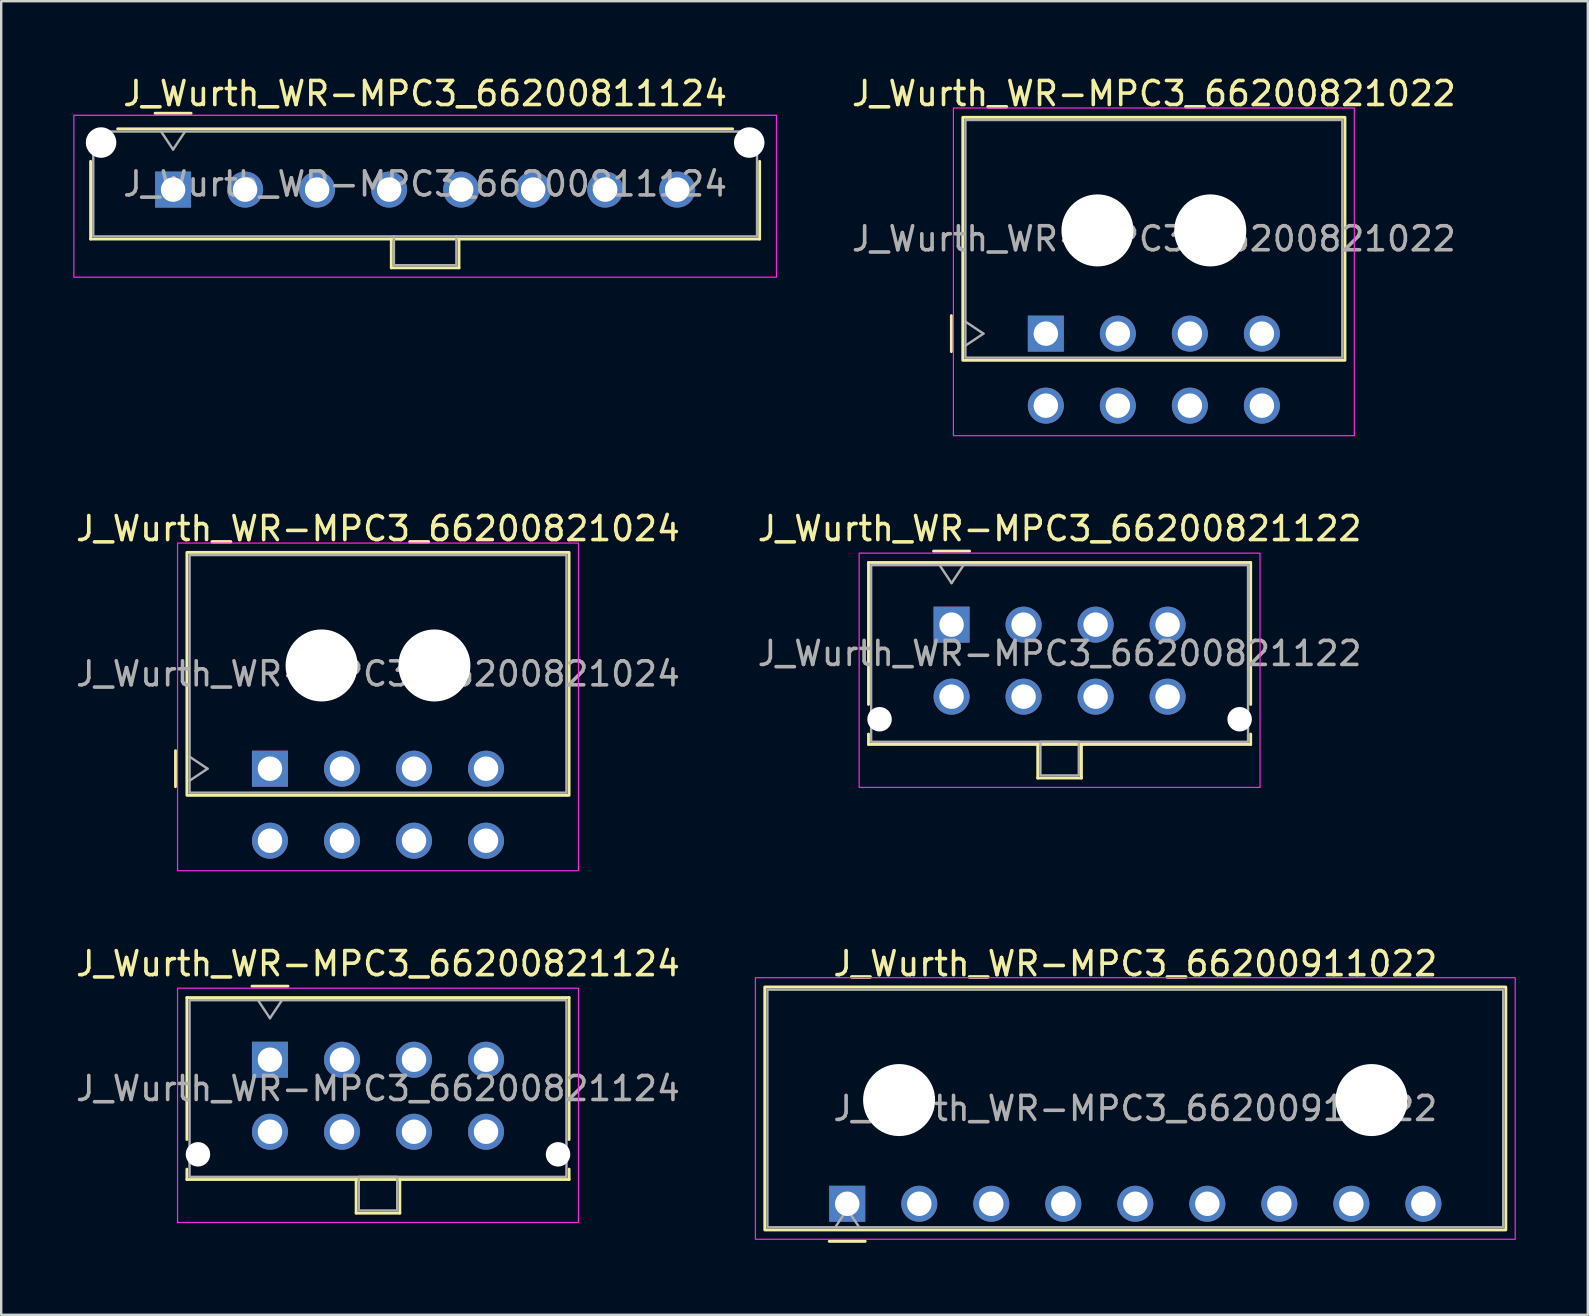
<source format=kicad_pcb>
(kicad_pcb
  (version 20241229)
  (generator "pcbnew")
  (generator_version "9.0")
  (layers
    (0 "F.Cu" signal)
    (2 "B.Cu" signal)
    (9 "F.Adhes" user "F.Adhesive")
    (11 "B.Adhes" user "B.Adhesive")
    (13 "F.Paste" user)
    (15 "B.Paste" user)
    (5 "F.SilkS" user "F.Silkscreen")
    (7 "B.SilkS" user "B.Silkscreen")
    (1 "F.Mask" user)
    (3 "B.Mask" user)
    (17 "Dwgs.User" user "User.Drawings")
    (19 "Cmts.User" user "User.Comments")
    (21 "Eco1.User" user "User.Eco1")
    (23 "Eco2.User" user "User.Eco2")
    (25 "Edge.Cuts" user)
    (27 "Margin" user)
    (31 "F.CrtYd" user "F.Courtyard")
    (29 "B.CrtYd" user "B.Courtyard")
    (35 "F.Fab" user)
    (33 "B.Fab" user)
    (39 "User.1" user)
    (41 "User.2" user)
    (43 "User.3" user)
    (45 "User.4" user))
  (footprint "J_Wurth_WR-MPC3_66200821122"
    (layer "F.Cu")
    (at 36.589 22.971)
    (property "Reference" "J_Wurth_WR-MPC3_66200821122" (at 4.5 -4 0) (unlocked yes) (layer "F.SilkS") (effects (font (size 1 1) (thickness 0.15))))
    (attr through_hole)
    (fp_line (start -3.46 -2.59) (end -3.46 3.323) (stroke (width 0.12) (type default)) (layer "F.SilkS"))
    (fp_line (start -3.46 -2.59) (end 12.46 -2.59) (stroke (width 0.12) (type default)) (layer "F.SilkS"))
    (fp_line (start -3.46 4.99) (end -3.46 4.557) (stroke (width 0.12) (type default)) (layer "F.SilkS"))
    (fp_line (start -0.75 -3.065) (end 0.75 -3.065) (stroke (width 0.12) (type solid)) (layer "F.SilkS"))
    (fp_line (start 3.59 6.39) (end 3.59 4.99) (stroke (width 0.12) (type default)) (layer "F.SilkS"))
    (fp_line (start 5.41 4.99) (end 5.41 6.39) (stroke (width 0.12) (type default)) (layer "F.SilkS"))
    (fp_line (start 5.41 6.39) (end 3.59 6.39) (stroke (width 0.12) (type default)) (layer "F.SilkS"))
    (fp_line (start 12.46 -2.59) (end 12.46 3.323) (stroke (width 0.12) (type default)) (layer "F.SilkS"))
    (fp_line (start 12.46 4.99) (end -3.46 4.99) (stroke (width 0.12) (type default)) (layer "F.SilkS"))
    (fp_line (start 12.46 4.99) (end 12.46 4.557) (stroke (width 0.12) (type default)) (layer "F.SilkS"))
    (fp_rect (start -3.85 -2.98) (end 12.85 6.78) (stroke (width 0.05) (type solid)) (fill no) (layer "F.CrtYd"))
    (fp_line (start 0 -1.73) (end -0.5 -2.48) (stroke (width 0.1) (type solid)) (layer "F.Fab"))
    (fp_line (start 0 -1.73) (end 0.5 -2.48) (stroke (width 0.1) (type solid)) (layer "F.Fab"))
    (fp_rect (start -3.35 -2.48) (end 12.35 4.88) (stroke (width 0.1) (type solid)) (fill no) (layer "F.Fab"))
    (fp_rect (start 3.7 4.88) (end 5.3 6.28) (stroke (width 0.1) (type solid)) (fill no) (layer "F.Fab"))
    (fp_text user "${REFERENCE}" (at 4.5 1.2 0) (unlocked yes) (layer "F.Fab") (effects (font (size 1 1) (thickness 0.15))))
    (pad "" np_thru_hole circle (at -3 3.94 180) (size 1.02 1.02) (drill 1.02) (layers "*.Cu" "*.Mask"))
    (pad "" np_thru_hole circle (at 12 3.94 180) (size 1.02 1.02) (drill 1.02) (layers "*.Cu" "*.Mask"))
    (pad "1" thru_hole rect (at 0 0 180) (size 1.5 1.5) (drill 1.02) (layers "*.Cu" "*.Mask"))
    (pad "2" thru_hole circle (at 3 0 180) (size 1.5 1.5) (drill 1.02) (layers "*.Cu" "*.Mask"))
    (pad "3" thru_hole circle (at 6 0 180) (size 1.5 1.5) (drill 1.02) (layers "*.Cu" "*.Mask"))
    (pad "4" thru_hole circle (at 9 0 180) (size 1.5 1.5) (drill 1.02) (layers "*.Cu" "*.Mask"))
    (pad "5" thru_hole circle (at 0 3 180) (size 1.5 1.5) (drill 1.02) (layers "*.Cu" "*.Mask"))
    (pad "6" thru_hole circle (at 3 3 180) (size 1.5 1.5) (drill 1.02) (layers "*.Cu" "*.Mask"))
    (pad "7" thru_hole circle (at 6 3 180) (size 1.5 1.5) (drill 1.02) (layers "*.Cu" "*.Mask"))
    (pad "8" thru_hole circle (at 9 3 180) (size 1.5 1.5) (drill 1.02) (layers "*.Cu" "*.Mask")))
  (footprint "J_Wurth_WR-MPC3_66200821022"
    (layer "F.Cu")
    (at 40.516 10.848)
    (property "Reference" "J_Wurth_WR-MPC3_66200821022" (at 4.5 -10 0) (unlocked yes) (layer "F.SilkS") (effects (font (size 1 1) (thickness 0.15))))
    (attr through_hole)
    (fp_line (start -3.935 -0.75) (end -3.935 0.75) (stroke (width 0.12) (type solid)) (layer "F.SilkS"))
    (fp_rect (start -3.46 -9.01) (end 12.46 1.11) (stroke (width 0.12) (type solid)) (fill no) (layer "F.SilkS"))
    (fp_rect (start -3.85 -9.4) (end 12.85 4.25) (stroke (width 0.05) (type solid)) (fill no) (layer "F.CrtYd"))
    (fp_line (start -2.6 0) (end -3.35 -0.5) (stroke (width 0.1) (type solid)) (layer "F.Fab"))
    (fp_line (start -2.6 0) (end -3.35 0.5) (stroke (width 0.1) (type solid)) (layer "F.Fab"))
    (fp_rect (start -3.35 -8.9) (end 12.35 1) (stroke (width 0.1) (type solid)) (fill no) (layer "F.Fab"))
    (fp_text user "${REFERENCE}" (at 4.5 -3.95 0) (unlocked yes) (layer "F.Fab") (effects (font (size 1 1) (thickness 0.15))))
    (pad "" np_thru_hole circle (at 2.15 -4.3 180) (size 3 3) (drill 3) (layers "*.Cu" "*.Mask"))
    (pad "" np_thru_hole circle (at 6.85 -4.3 180) (size 3 3) (drill 3) (layers "*.Cu" "*.Mask"))
    (pad "1" thru_hole rect (at 0 0 180) (size 1.5 1.5) (drill 1.02) (layers "*.Cu" "*.Mask"))
    (pad "2" thru_hole circle (at 3 0 180) (size 1.5 1.5) (drill 1.02) (layers "*.Cu" "*.Mask"))
    (pad "3" thru_hole circle (at 6 0 180) (size 1.5 1.5) (drill 1.02) (layers "*.Cu" "*.Mask"))
    (pad "4" thru_hole circle (at 9 0 180) (size 1.5 1.5) (drill 1.02) (layers "*.Cu" "*.Mask"))
    (pad "5" thru_hole circle (at 0 3 180) (size 1.5 1.5) (drill 1.02) (layers "*.Cu" "*.Mask"))
    (pad "6" thru_hole circle (at 3 3 180) (size 1.5 1.5) (drill 1.02) (layers "*.Cu" "*.Mask"))
    (pad "7" thru_hole circle (at 6 3 180) (size 1.5 1.5) (drill 1.02) (layers "*.Cu" "*.Mask"))
    (pad "8" thru_hole circle (at 9 3 180) (size 1.5 1.5) (drill 1.02) (layers "*.Cu" "*.Mask")))
  (footprint "J_Wurth_WR-MPC3_66200911022"
    (layer "F.Cu")
    (at 32.243 47.095)
    (property "Reference" "J_Wurth_WR-MPC3_66200911022" (at 12 -10 0) (unlocked yes) (layer "F.SilkS") (effects (font (size 1 1) (thickness 0.15))))
    (attr through_hole)
    (fp_line (start -0.75 1.565) (end 0.75 1.565) (stroke (width 0.12) (type solid)) (layer "F.SilkS"))
    (fp_rect (start -3.435 -9.03) (end 27.435 1.09) (stroke (width 0.12) (type solid)) (fill no) (layer "F.SilkS"))
    (fp_rect (start -3.825 -9.42) (end 27.825 1.48) (stroke (width 0.05) (type solid)) (fill no) (layer "F.CrtYd"))
    (fp_line (start 0 0.23) (end -0.5 0.98) (stroke (width 0.1) (type solid)) (layer "F.Fab"))
    (fp_line (start 0 0.23) (end 0.5 0.98) (stroke (width 0.1) (type solid)) (layer "F.Fab"))
    (fp_rect (start -3.325 -8.92) (end 27.325 0.98) (stroke (width 0.1) (type solid)) (fill no) (layer "F.Fab"))
    (fp_text user "${REFERENCE}" (at 12 -3.97 0) (unlocked yes) (layer "F.Fab") (effects (font (size 1 1) (thickness 0.15))))
    (pad "" np_thru_hole circle (at 2.16 -4.32 180) (size 3 3) (drill 3) (layers "*.Cu" "*.Mask"))
    (pad "" np_thru_hole circle (at 21.84 -4.32 180) (size 3 3) (drill 3) (layers "*.Cu" "*.Mask"))
    (pad "1" thru_hole rect (at 0 0 180) (size 1.5 1.5) (drill 1.02) (layers "*.Cu" "*.Mask"))
    (pad "2" thru_hole circle (at 3 0 180) (size 1.5 1.5) (drill 1.02) (layers "*.Cu" "*.Mask"))
    (pad "3" thru_hole circle (at 6 0 180) (size 1.5 1.5) (drill 1.02) (layers "*.Cu" "*.Mask"))
    (pad "4" thru_hole circle (at 9 0 180) (size 1.5 1.5) (drill 1.02) (layers "*.Cu" "*.Mask"))
    (pad "5" thru_hole circle (at 12 0 180) (size 1.5 1.5) (drill 1.02) (layers "*.Cu" "*.Mask"))
    (pad "6" thru_hole circle (at 15 0 180) (size 1.5 1.5) (drill 1.02) (layers "*.Cu" "*.Mask"))
    (pad "7" thru_hole circle (at 18 0 180) (size 1.5 1.5) (drill 1.02) (layers "*.Cu" "*.Mask"))
    (pad "8" thru_hole circle (at 21 0 180) (size 1.5 1.5) (drill 1.02) (layers "*.Cu" "*.Mask"))
    (pad "9" thru_hole circle (at 24 0 180) (size 1.5 1.5) (drill 1.02) (layers "*.Cu" "*.Mask")))
  (footprint "J_Wurth_WR-MPC3_66200821024"
    (layer "F.Cu")
    (at 8.196 28.971)
    (property "Reference" "J_Wurth_WR-MPC3_66200821024" (at 4.5 -10 0) (unlocked yes) (layer "F.SilkS") (effects (font (size 1 1) (thickness 0.15))))
    (attr through_hole)
    (fp_line (start -3.935 -0.75) (end -3.935 0.75) (stroke (width 0.12) (type solid)) (layer "F.SilkS"))
    (fp_rect (start -3.46 -9.01) (end 12.46 1.11) (stroke (width 0.12) (type solid)) (fill no) (layer "F.SilkS"))
    (fp_rect (start -3.85 -9.4) (end 12.85 4.25) (stroke (width 0.05) (type solid)) (fill no) (layer "F.CrtYd"))
    (fp_line (start -2.6 0) (end -3.35 -0.5) (stroke (width 0.1) (type solid)) (layer "F.Fab"))
    (fp_line (start -2.6 0) (end -3.35 0.5) (stroke (width 0.1) (type solid)) (layer "F.Fab"))
    (fp_rect (start -3.35 -8.9) (end 12.35 1) (stroke (width 0.1) (type solid)) (fill no) (layer "F.Fab"))
    (fp_text user "${REFERENCE}" (at 4.5 -3.95 0) (unlocked yes) (layer "F.Fab") (effects (font (size 1 1) (thickness 0.15))))
    (pad "" np_thru_hole circle (at 2.15 -4.3 180) (size 3 3) (drill 3) (layers "*.Cu" "*.Mask"))
    (pad "" np_thru_hole circle (at 6.85 -4.3 180) (size 3 3) (drill 3) (layers "*.Cu" "*.Mask"))
    (pad "1" thru_hole rect (at 0 0 180) (size 1.5 1.5) (drill 1.02) (layers "*.Cu" "*.Mask"))
    (pad "2" thru_hole circle (at 3 0 180) (size 1.5 1.5) (drill 1.02) (layers "*.Cu" "*.Mask"))
    (pad "3" thru_hole circle (at 6 0 180) (size 1.5 1.5) (drill 1.02) (layers "*.Cu" "*.Mask"))
    (pad "4" thru_hole circle (at 9 0 180) (size 1.5 1.5) (drill 1.02) (layers "*.Cu" "*.Mask"))
    (pad "5" thru_hole circle (at 0 3 180) (size 1.5 1.5) (drill 1.02) (layers "*.Cu" "*.Mask"))
    (pad "6" thru_hole circle (at 3 3 180) (size 1.5 1.5) (drill 1.02) (layers "*.Cu" "*.Mask"))
    (pad "7" thru_hole circle (at 6 3 180) (size 1.5 1.5) (drill 1.02) (layers "*.Cu" "*.Mask"))
    (pad "8" thru_hole circle (at 9 3 180) (size 1.5 1.5) (drill 1.02) (layers "*.Cu" "*.Mask")))
  (footprint "J_Wurth_WR-MPC3_66200821124"
    (layer "F.Cu")
    (at 8.196 41.095)
    (property "Reference" "J_Wurth_WR-MPC3_66200821124" (at 4.5 -4 0) (unlocked yes) (layer "F.SilkS") (effects (font (size 1 1) (thickness 0.15))))
    (attr through_hole)
    (fp_line (start -3.46 -2.59) (end -3.46 3.323) (stroke (width 0.12) (type default)) (layer "F.SilkS"))
    (fp_line (start -3.46 -2.59) (end 12.46 -2.59) (stroke (width 0.12) (type default)) (layer "F.SilkS"))
    (fp_line (start -3.46 4.99) (end -3.46 4.557) (stroke (width 0.12) (type default)) (layer "F.SilkS"))
    (fp_line (start -0.75 -3.065) (end 0.75 -3.065) (stroke (width 0.12) (type solid)) (layer "F.SilkS"))
    (fp_line (start 3.59 6.39) (end 3.59 4.99) (stroke (width 0.12) (type default)) (layer "F.SilkS"))
    (fp_line (start 5.41 4.99) (end 5.41 6.39) (stroke (width 0.12) (type default)) (layer "F.SilkS"))
    (fp_line (start 5.41 6.39) (end 3.59 6.39) (stroke (width 0.12) (type default)) (layer "F.SilkS"))
    (fp_line (start 12.46 -2.59) (end 12.46 3.323) (stroke (width 0.12) (type default)) (layer "F.SilkS"))
    (fp_line (start 12.46 4.99) (end -3.46 4.99) (stroke (width 0.12) (type default)) (layer "F.SilkS"))
    (fp_line (start 12.46 4.99) (end 12.46 4.557) (stroke (width 0.12) (type default)) (layer "F.SilkS"))
    (fp_rect (start -3.85 -2.98) (end 12.85 6.78) (stroke (width 0.05) (type solid)) (fill no) (layer "F.CrtYd"))
    (fp_line (start 0 -1.73) (end -0.5 -2.48) (stroke (width 0.1) (type solid)) (layer "F.Fab"))
    (fp_line (start 0 -1.73) (end 0.5 -2.48) (stroke (width 0.1) (type solid)) (layer "F.Fab"))
    (fp_rect (start -3.35 -2.48) (end 12.35 4.88) (stroke (width 0.1) (type solid)) (fill no) (layer "F.Fab"))
    (fp_rect (start 3.7 4.88) (end 5.3 6.28) (stroke (width 0.1) (type solid)) (fill no) (layer "F.Fab"))
    (fp_text user "${REFERENCE}" (at 4.5 1.2 0) (unlocked yes) (layer "F.Fab") (effects (font (size 1 1) (thickness 0.15))))
    (pad "" np_thru_hole circle (at -3 3.94 180) (size 1.02 1.02) (drill 1.02) (layers "*.Cu" "*.Mask"))
    (pad "" np_thru_hole circle (at 12 3.94 180) (size 1.02 1.02) (drill 1.02) (layers "*.Cu" "*.Mask"))
    (pad "1" thru_hole rect (at 0 0 180) (size 1.5 1.5) (drill 1.02) (layers "*.Cu" "*.Mask"))
    (pad "2" thru_hole circle (at 3 0 180) (size 1.5 1.5) (drill 1.02) (layers "*.Cu" "*.Mask"))
    (pad "3" thru_hole circle (at 6 0 180) (size 1.5 1.5) (drill 1.02) (layers "*.Cu" "*.Mask"))
    (pad "4" thru_hole circle (at 9 0 180) (size 1.5 1.5) (drill 1.02) (layers "*.Cu" "*.Mask"))
    (pad "5" thru_hole circle (at 0 3 180) (size 1.5 1.5) (drill 1.02) (layers "*.Cu" "*.Mask"))
    (pad "6" thru_hole circle (at 3 3 180) (size 1.5 1.5) (drill 1.02) (layers "*.Cu" "*.Mask"))
    (pad "7" thru_hole circle (at 6 3 180) (size 1.5 1.5) (drill 1.02) (layers "*.Cu" "*.Mask"))
    (pad "8" thru_hole circle (at 9 3 180) (size 1.5 1.5) (drill 1.02) (layers "*.Cu" "*.Mask")))
  (footprint "J_Wurth_WR-MPC3_66200811124"
    (layer "F.Cu")
    (at 4.16 4.848)
    (property "Reference" "J_Wurth_WR-MPC3_66200811124" (at 10.5 -4 0) (unlocked yes) (layer "F.SilkS") (effects (font (size 1 1) (thickness 0.15))))
    (attr through_hole)
    (fp_line (start -3.435 2.06) (end -3.435 -1.178) (stroke (width 0.12) (type default)) (layer "F.SilkS"))
    (fp_line (start -2.31 -2.53) (end 23.31 -2.53) (stroke (width 0.12) (type solid)) (layer "F.SilkS"))
    (fp_line (start -0.75 -3.18) (end 0.75 -3.18) (stroke (width 0.12) (type solid)) (layer "F.SilkS"))
    (fp_line (start 9.09 2.06) (end 9.09 3.26) (stroke (width 0.12) (type default)) (layer "F.SilkS"))
    (fp_line (start 9.09 3.26) (end 11.91 3.26) (stroke (width 0.12) (type default)) (layer "F.SilkS"))
    (fp_line (start 11.91 3.26) (end 11.91 2.06) (stroke (width 0.12) (type default)) (layer "F.SilkS"))
    (fp_line (start 24.435 -1.178) (end 24.435 2.06) (stroke (width 0.12) (type solid)) (layer "F.SilkS"))
    (fp_line (start 24.435 2.06) (end -3.435 2.06) (stroke (width 0.12) (type solid)) (layer "F.SilkS"))
    (fp_rect (start -4.135 -3.095) (end 25.135 3.65) (stroke (width 0.05) (type solid)) (fill no) (layer "F.CrtYd"))
    (fp_line (start 0 -1.67) (end -0.5 -2.42) (stroke (width 0.1) (type solid)) (layer "F.Fab"))
    (fp_line (start 0 -1.67) (end 0.5 -2.42) (stroke (width 0.1) (type solid)) (layer "F.Fab"))
    (fp_line (start 9.2 1.95) (end 9.2 3.15) (stroke (width 0.1) (type solid)) (layer "F.Fab"))
    (fp_line (start 9.2 3.15) (end 11.8 3.15) (stroke (width 0.1) (type solid)) (layer "F.Fab"))
    (fp_line (start 11.8 1.95) (end 11.8 3.15) (stroke (width 0.1) (type solid)) (layer "F.Fab"))
    (fp_rect (start -3.325 -2.42) (end 24.325 1.95) (stroke (width 0.1) (type solid)) (fill no) (layer "F.Fab"))
    (fp_text user "${REFERENCE}" (at 10.5 -0.235 0) (unlocked yes) (layer "F.Fab") (effects (font (size 1 1) (thickness 0.15))))
    (pad "" np_thru_hole circle (at -3 -1.96 180) (size 1.27 1.27) (drill 1.27) (layers "*.Cu" "*.Mask"))
    (pad "" np_thru_hole circle (at 24 -1.96 180) (size 1.27 1.27) (drill 1.27) (layers "*.Cu" "*.Mask"))
    (pad "1" thru_hole rect (at 0 0 180) (size 1.5 1.5) (drill 1.02) (layers "*.Cu" "*.Mask"))
    (pad "2" thru_hole circle (at 3 0 180) (size 1.5 1.5) (drill 1.02) (layers "*.Cu" "*.Mask"))
    (pad "3" thru_hole circle (at 6 0 180) (size 1.5 1.5) (drill 1.02) (layers "*.Cu" "*.Mask"))
    (pad "4" thru_hole circle (at 9 0 180) (size 1.5 1.5) (drill 1.02) (layers "*.Cu" "*.Mask"))
    (pad "5" thru_hole circle (at 12 0 180) (size 1.5 1.5) (drill 1.02) (layers "*.Cu" "*.Mask"))
    (pad "6" thru_hole circle (at 15 0 180) (size 1.5 1.5) (drill 1.02) (layers "*.Cu" "*.Mask"))
    (pad "7" thru_hole circle (at 18 0 180) (size 1.5 1.5) (drill 1.02) (layers "*.Cu" "*.Mask"))
    (pad "8" thru_hole circle (at 21 0 180) (size 1.5 1.5) (drill 1.02) (layers "*.Cu" "*.Mask")))
  (gr_rect
    (start -3 -3)
    (end 63.093 51.72)
    (stroke (width 0.1) (type default))
    (fill no)
    (layer "Edge.Cuts")))
</source>
